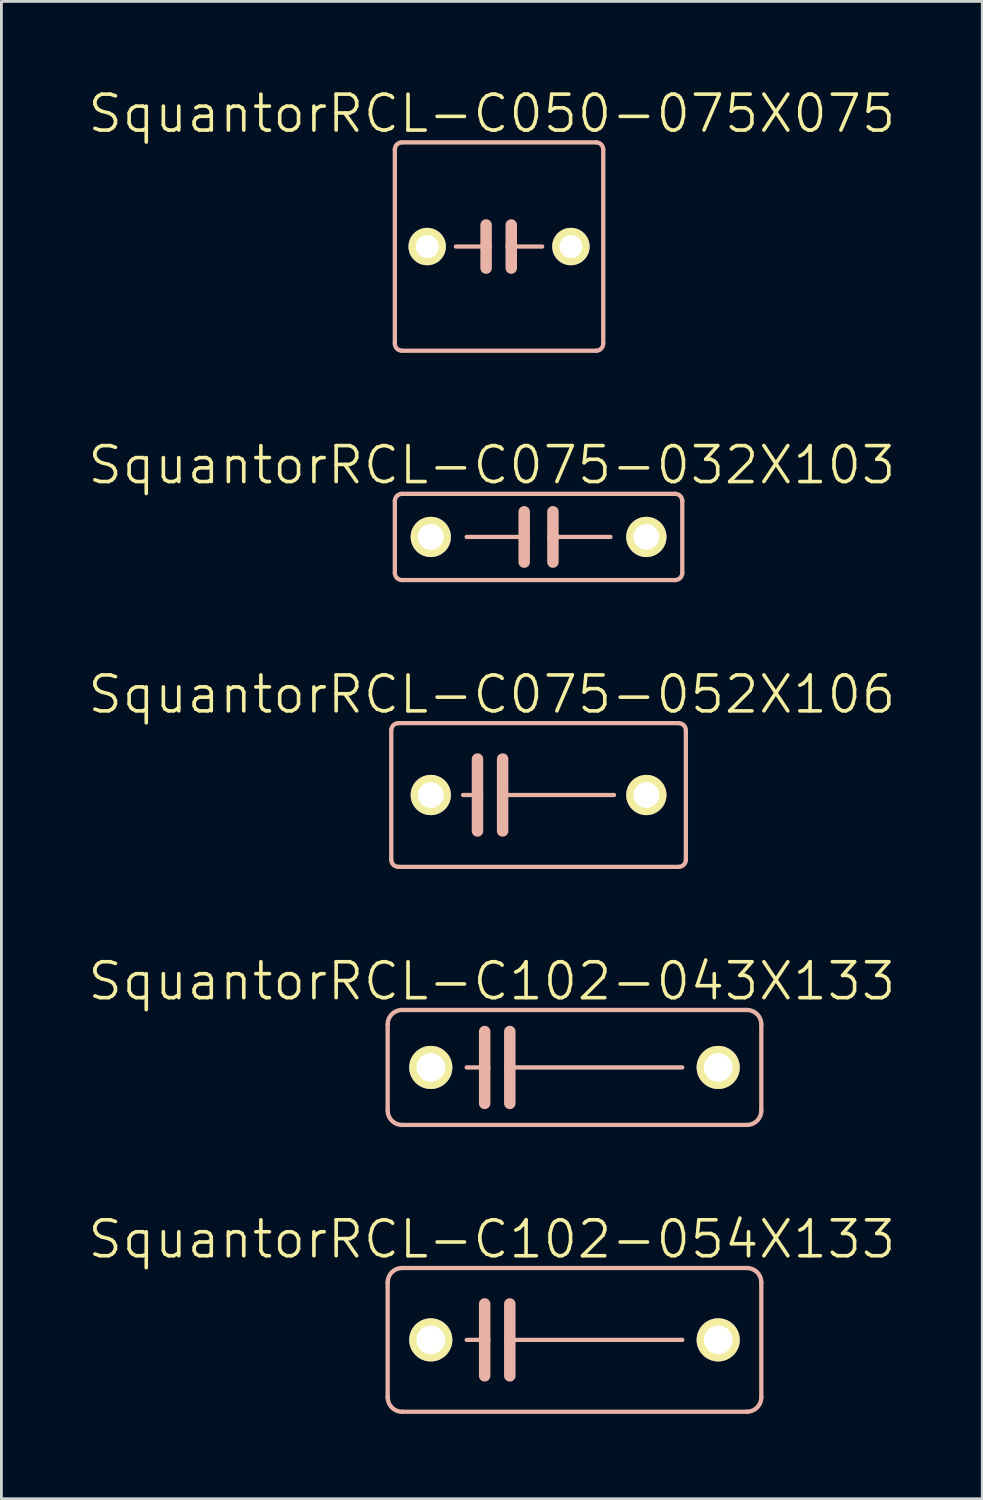
<source format=kicad_pcb>
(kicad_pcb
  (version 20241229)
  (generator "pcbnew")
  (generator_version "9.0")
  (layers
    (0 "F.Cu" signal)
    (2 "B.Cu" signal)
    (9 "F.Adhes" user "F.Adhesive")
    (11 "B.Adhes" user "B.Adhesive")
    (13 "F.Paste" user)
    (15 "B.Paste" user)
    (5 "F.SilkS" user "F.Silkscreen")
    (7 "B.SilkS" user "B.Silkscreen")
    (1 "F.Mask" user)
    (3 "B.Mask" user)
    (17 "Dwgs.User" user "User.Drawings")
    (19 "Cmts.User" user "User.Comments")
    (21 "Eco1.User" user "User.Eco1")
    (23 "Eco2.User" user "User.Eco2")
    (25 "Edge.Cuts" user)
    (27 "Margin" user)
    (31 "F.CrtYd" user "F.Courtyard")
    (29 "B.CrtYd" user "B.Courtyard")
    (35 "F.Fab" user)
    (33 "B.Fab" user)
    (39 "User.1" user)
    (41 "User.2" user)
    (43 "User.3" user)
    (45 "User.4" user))
  (footprint "SquantorRCL-C075-032X103"
    (layer "F.Cu")
    (at 15.987 15.93)
    (property "Reference" "SquantorRCL-C075-032X103" (at -1.651 -2.54 0) (layer "F.SilkS") (effects (font (size 1.27 1.27) (thickness 0.127))))
    (attr exclude_from_pos_files exclude_from_bom)
    (fp_line (start -5.08 -1.27) (end -5.08 1.27) (stroke (width 0.152) (type solid)) (layer "B.SilkS"))
    (fp_line (start -4.826 1.524) (end 4.826 1.524) (stroke (width 0.152) (type solid)) (layer "B.SilkS"))
    (fp_line (start -2.54 0) (end -0.508 0) (stroke (width 0.152) (type solid)) (layer "B.SilkS"))
    (fp_line (start -0.508 -0.889) (end -0.508 0) (stroke (width 0.406) (type solid)) (layer "B.SilkS"))
    (fp_line (start -0.508 0) (end -0.508 0.889) (stroke (width 0.406) (type solid)) (layer "B.SilkS"))
    (fp_line (start 0.508 -0.889) (end 0.508 0) (stroke (width 0.406) (type solid)) (layer "B.SilkS"))
    (fp_line (start 0.508 0) (end 0.508 0.889) (stroke (width 0.406) (type solid)) (layer "B.SilkS"))
    (fp_line (start 0.508 0) (end 2.54 0) (stroke (width 0.152) (type solid)) (layer "B.SilkS"))
    (fp_line (start 4.826 -1.524) (end -4.826 -1.524) (stroke (width 0.152) (type solid)) (layer "B.SilkS"))
    (fp_line (start 5.08 1.27) (end 5.08 -1.27) (stroke (width 0.152) (type solid)) (layer "B.SilkS"))
    (fp_arc (start -5.08 -1.27) (mid -5.005605 -1.449605) (end -4.826 -1.524) (stroke (width 0.1524) (type solid)) (layer "B.SilkS"))
    (fp_arc (start -4.826 1.524) (mid -5.005605 1.449605) (end -5.08 1.27) (stroke (width 0.1524) (type solid)) (layer "B.SilkS"))
    (fp_arc (start 4.826 -1.524) (mid 5.005605 -1.449605) (end 5.08 -1.27) (stroke (width 0.1524) (type solid)) (layer "B.SilkS"))
    (fp_arc (start 5.08 1.27) (mid 5.005605 1.449605) (end 4.826 1.524) (stroke (width 0.1524) (type solid)) (layer "B.SilkS"))
    (pad "1" thru_hole circle (at -3.81 0) (size 1.422 1.422) (drill 0.914) (layers "*.Cu" "F.Mask" "F.SilkS" "F.Paste"))
    (pad "2" thru_hole circle (at 3.81 0) (size 1.422 1.422) (drill 0.914) (layers "*.Cu" "F.Mask" "F.SilkS" "F.Paste")))
  (footprint "SquantorRCL-C102-043X133"
    (layer "F.Cu")
    (at 17.257 34.682)
    (property "Reference" "SquantorRCL-C102-043X133" (at -2.921 -3.048 0) (layer "F.SilkS") (effects (font (size 1.27 1.27) (thickness 0.127))))
    (attr exclude_from_pos_files exclude_from_bom)
    (fp_line (start -6.604 1.524) (end -6.604 -1.524) (stroke (width 0.152) (type solid)) (layer "B.SilkS"))
    (fp_line (start -6.096 -2.032) (end 6.096 -2.032) (stroke (width 0.152) (type solid)) (layer "B.SilkS"))
    (fp_line (start -3.81 0) (end -3.175 0) (stroke (width 0.152) (type solid)) (layer "B.SilkS"))
    (fp_line (start -3.175 -1.27) (end -3.175 0) (stroke (width 0.406) (type solid)) (layer "B.SilkS"))
    (fp_line (start -3.175 0) (end -3.175 1.27) (stroke (width 0.406) (type solid)) (layer "B.SilkS"))
    (fp_line (start -2.286 -1.27) (end -2.286 0) (stroke (width 0.406) (type solid)) (layer "B.SilkS"))
    (fp_line (start -2.286 0) (end -2.286 1.27) (stroke (width 0.406) (type solid)) (layer "B.SilkS"))
    (fp_line (start 3.81 0) (end -2.286 0) (stroke (width 0.152) (type solid)) (layer "B.SilkS"))
    (fp_line (start 6.096 2.032) (end -6.096 2.032) (stroke (width 0.152) (type solid)) (layer "B.SilkS"))
    (fp_line (start 6.604 -1.524) (end 6.604 1.524) (stroke (width 0.152) (type solid)) (layer "B.SilkS"))
    (fp_arc (start -6.604 -1.524) (mid -6.45521 -1.88321) (end -6.096 -2.032) (stroke (width 0.1524) (type solid)) (layer "B.SilkS"))
    (fp_arc (start -6.096 2.032) (mid -6.45521 1.88321) (end -6.604 1.524) (stroke (width 0.1524) (type solid)) (layer "B.SilkS"))
    (fp_arc (start 6.096 -2.032) (mid 6.45521 -1.88321) (end 6.604 -1.524) (stroke (width 0.1524) (type solid)) (layer "B.SilkS"))
    (fp_arc (start 6.604 1.524) (mid 6.45521 1.88321) (end 6.096 2.032) (stroke (width 0.1524) (type solid)) (layer "B.SilkS"))
    (pad "1" thru_hole circle (at -5.08 0) (size 1.524 1.524) (drill 1.016) (layers "*.Cu" "F.Mask" "F.SilkS" "F.Paste"))
    (pad "2" thru_hole circle (at 5.08 0) (size 1.524 1.524) (drill 1.016) (layers "*.Cu" "F.Mask" "F.SilkS" "F.Paste")))
  (footprint "SquantorRCL-C075-052X106"
    (layer "F.Cu")
    (at 15.987 25.052)
    (property "Reference" "SquantorRCL-C075-052X106" (at -1.651 -3.556 0) (layer "F.SilkS") (effects (font (size 1.27 1.27) (thickness 0.127))))
    (attr exclude_from_pos_files exclude_from_bom)
    (fp_line (start -5.207 -2.286) (end -5.207 2.286) (stroke (width 0.152) (type solid)) (layer "B.SilkS"))
    (fp_line (start -4.953 2.54) (end 4.953 2.54) (stroke (width 0.152) (type solid)) (layer "B.SilkS"))
    (fp_line (start -2.667 0) (end -2.159 0) (stroke (width 0.152) (type solid)) (layer "B.SilkS"))
    (fp_line (start -2.159 -1.27) (end -2.159 0) (stroke (width 0.406) (type solid)) (layer "B.SilkS"))
    (fp_line (start -2.159 0) (end -2.159 1.27) (stroke (width 0.406) (type solid)) (layer "B.SilkS"))
    (fp_line (start -1.27 -1.27) (end -1.27 0) (stroke (width 0.406) (type solid)) (layer "B.SilkS"))
    (fp_line (start -1.27 0) (end -1.27 1.27) (stroke (width 0.406) (type solid)) (layer "B.SilkS"))
    (fp_line (start -1.27 0) (end 2.667 0) (stroke (width 0.152) (type solid)) (layer "B.SilkS"))
    (fp_line (start 4.953 -2.54) (end -4.953 -2.54) (stroke (width 0.152) (type solid)) (layer "B.SilkS"))
    (fp_line (start 5.207 2.286) (end 5.207 -2.286) (stroke (width 0.152) (type solid)) (layer "B.SilkS"))
    (fp_arc (start -5.207 -2.286) (mid -5.132605 -2.465605) (end -4.953 -2.54) (stroke (width 0.1524) (type solid)) (layer "B.SilkS"))
    (fp_arc (start -4.953 2.54) (mid -5.132605 2.465605) (end -5.207 2.286) (stroke (width 0.1524) (type solid)) (layer "B.SilkS"))
    (fp_arc (start 4.953 -2.54) (mid 5.132605 -2.465605) (end 5.207 -2.286) (stroke (width 0.1524) (type solid)) (layer "B.SilkS"))
    (fp_arc (start 5.207 2.286) (mid 5.132605 2.465605) (end 4.953 2.54) (stroke (width 0.1524) (type solid)) (layer "B.SilkS"))
    (pad "1" thru_hole circle (at -3.81 0) (size 1.422 1.422) (drill 0.914) (layers "*.Cu" "F.Mask" "F.SilkS" "F.Paste"))
    (pad "2" thru_hole circle (at 3.81 0) (size 1.422 1.422) (drill 0.914) (layers "*.Cu" "F.Mask" "F.SilkS" "F.Paste")))
  (footprint "SquantorRCL-C102-054X133"
    (layer "F.Cu")
    (at 17.257 44.312)
    (property "Reference" "SquantorRCL-C102-054X133" (at -2.921 -3.556 0) (layer "F.SilkS") (effects (font (size 1.27 1.27) (thickness 0.127))))
    (attr exclude_from_pos_files exclude_from_bom)
    (fp_line (start -6.604 2.032) (end -6.604 -2.032) (stroke (width 0.152) (type solid)) (layer "B.SilkS"))
    (fp_line (start -6.096 -2.54) (end 6.096 -2.54) (stroke (width 0.152) (type solid)) (layer "B.SilkS"))
    (fp_line (start -3.81 0) (end -3.175 0) (stroke (width 0.152) (type solid)) (layer "B.SilkS"))
    (fp_line (start -3.175 -1.27) (end -3.175 0) (stroke (width 0.406) (type solid)) (layer "B.SilkS"))
    (fp_line (start -3.175 0) (end -3.175 1.27) (stroke (width 0.406) (type solid)) (layer "B.SilkS"))
    (fp_line (start -2.286 -1.27) (end -2.286 0) (stroke (width 0.406) (type solid)) (layer "B.SilkS"))
    (fp_line (start -2.286 0) (end -2.286 1.27) (stroke (width 0.406) (type solid)) (layer "B.SilkS"))
    (fp_line (start 3.81 0) (end -2.286 0) (stroke (width 0.152) (type solid)) (layer "B.SilkS"))
    (fp_line (start 6.096 2.54) (end -6.096 2.54) (stroke (width 0.152) (type solid)) (layer "B.SilkS"))
    (fp_line (start 6.604 -2.032) (end 6.604 2.032) (stroke (width 0.152) (type solid)) (layer "B.SilkS"))
    (fp_arc (start -6.604 -2.032) (mid -6.45521 -2.39121) (end -6.096 -2.54) (stroke (width 0.1524) (type solid)) (layer "B.SilkS"))
    (fp_arc (start -6.096 2.54) (mid -6.45521 2.39121) (end -6.604 2.032) (stroke (width 0.1524) (type solid)) (layer "B.SilkS"))
    (fp_arc (start 6.096 -2.54) (mid 6.45521 -2.39121) (end 6.604 -2.032) (stroke (width 0.1524) (type solid)) (layer "B.SilkS"))
    (fp_arc (start 6.604 2.032) (mid 6.45521 2.39121) (end 6.096 2.54) (stroke (width 0.1524) (type solid)) (layer "B.SilkS"))
    (pad "1" thru_hole circle (at -5.08 0) (size 1.524 1.524) (drill 1.016) (layers "*.Cu" "F.Mask" "F.SilkS" "F.Paste"))
    (pad "2" thru_hole circle (at 5.08 0) (size 1.524 1.524) (drill 1.016) (layers "*.Cu" "F.Mask" "F.SilkS" "F.Paste")))
  (footprint "SquantorRCL-C050-075X075"
    (layer "F.Cu")
    (at 14.59 5.665)
    (property "Reference" "SquantorRCL-C050-075X075" (at -0.254 -4.699 0) (layer "F.SilkS") (effects (font (size 1.27 1.27) (thickness 0.127))))
    (attr exclude_from_pos_files exclude_from_bom)
    (fp_line (start -3.683 -3.429) (end -3.683 3.429) (stroke (width 0.152) (type solid)) (layer "B.SilkS"))
    (fp_line (start -3.429 3.683) (end 3.429 3.683) (stroke (width 0.152) (type solid)) (layer "B.SilkS"))
    (fp_line (start -1.524 0) (end -0.457 0) (stroke (width 0.152) (type solid)) (layer "B.SilkS"))
    (fp_line (start -0.457 0) (end -0.457 -0.762) (stroke (width 0.406) (type solid)) (layer "B.SilkS"))
    (fp_line (start -0.457 0) (end -0.457 0.762) (stroke (width 0.406) (type solid)) (layer "B.SilkS"))
    (fp_line (start 0.432 -0.762) (end 0.432 0) (stroke (width 0.406) (type solid)) (layer "B.SilkS"))
    (fp_line (start 0.432 0) (end 0.432 0.762) (stroke (width 0.406) (type solid)) (layer "B.SilkS"))
    (fp_line (start 0.432 0) (end 1.524 0) (stroke (width 0.152) (type solid)) (layer "B.SilkS"))
    (fp_line (start 3.429 -3.683) (end -3.429 -3.683) (stroke (width 0.152) (type solid)) (layer "B.SilkS"))
    (fp_line (start 3.683 3.429) (end 3.683 -3.429) (stroke (width 0.152) (type solid)) (layer "B.SilkS"))
    (fp_arc (start -3.683 -3.429) (mid -3.608605 -3.608605) (end -3.429 -3.683) (stroke (width 0.1524) (type solid)) (layer "B.SilkS"))
    (fp_arc (start -3.429 3.683) (mid -3.608605 3.608605) (end -3.683 3.429) (stroke (width 0.1524) (type solid)) (layer "B.SilkS"))
    (fp_arc (start 3.429 -3.683) (mid 3.608605 -3.608605) (end 3.683 -3.429) (stroke (width 0.1524) (type solid)) (layer "B.SilkS"))
    (fp_arc (start 3.683 3.429) (mid 3.608605 3.608605) (end 3.429 3.683) (stroke (width 0.1524) (type solid)) (layer "B.SilkS"))
    (pad "1" thru_hole circle (at -2.54 0) (size 1.321 1.321) (drill 0.813) (layers "*.Cu" "F.Mask" "F.SilkS" "F.Paste"))
    (pad "2" thru_hole circle (at 2.54 0) (size 1.321 1.321) (drill 0.813) (layers "*.Cu" "F.Mask" "F.SilkS" "F.Paste")))
  (gr_rect
    (start -3 -3)
    (end 31.672 49.928)
    (stroke (width 0.1) (type default))
    (fill no)
    (layer "Edge.Cuts")))
</source>
